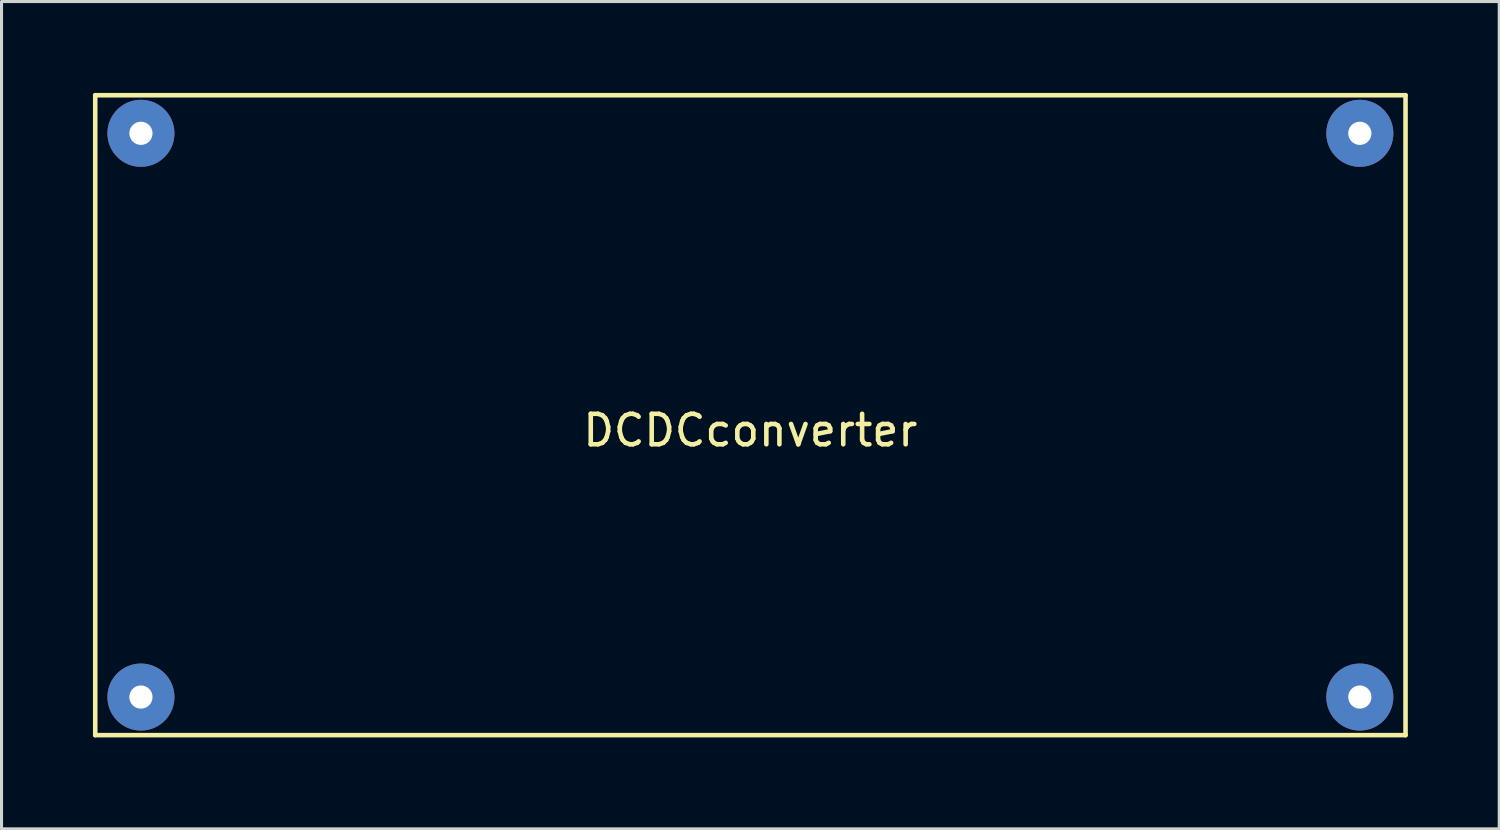
<source format=kicad_pcb>
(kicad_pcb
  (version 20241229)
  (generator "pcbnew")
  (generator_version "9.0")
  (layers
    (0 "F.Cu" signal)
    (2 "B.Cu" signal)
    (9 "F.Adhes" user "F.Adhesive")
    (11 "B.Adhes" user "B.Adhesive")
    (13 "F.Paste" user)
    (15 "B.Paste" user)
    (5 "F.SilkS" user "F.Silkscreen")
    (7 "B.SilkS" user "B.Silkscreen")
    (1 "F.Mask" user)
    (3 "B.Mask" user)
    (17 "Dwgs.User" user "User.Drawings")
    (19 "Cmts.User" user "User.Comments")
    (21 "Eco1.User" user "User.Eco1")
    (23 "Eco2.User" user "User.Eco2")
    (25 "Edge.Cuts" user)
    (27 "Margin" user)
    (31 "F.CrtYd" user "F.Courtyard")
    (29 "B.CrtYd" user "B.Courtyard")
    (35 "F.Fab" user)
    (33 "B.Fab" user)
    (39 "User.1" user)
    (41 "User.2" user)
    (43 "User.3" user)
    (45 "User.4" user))
  (footprint "DCDCconverter"
    (layer "F.Cu")
    (at 21.575 10.575)
    (property "Reference" "DCDCconverter" (at 0 0.5 0) (layer "F.SilkS") (effects (font (size 1 1) (thickness 0.15))))
    (attr through_hole)
    (fp_line (start -21.5 -10.5) (end 21.5 -10.5) (stroke (width 0.15) (type solid)) (layer "F.SilkS"))
    (fp_line (start -21.5 10.5) (end -21.5 -10.5) (stroke (width 0.15) (type solid)) (layer "F.SilkS"))
    (fp_line (start 21.5 -10.5) (end 21.5 10.5) (stroke (width 0.15) (type solid)) (layer "F.SilkS"))
    (fp_line (start 21.5 10.5) (end -21.5 10.5) (stroke (width 0.15) (type solid)) (layer "F.SilkS"))
    (pad "1" thru_hole circle (at -20 -9.25) (size 2.2 2.2) (drill 0.762) (layers "*.Cu" "*.Mask"))
    (pad "2" thru_hole circle (at -20 9.25) (size 2.2 2.2) (drill 0.762) (layers "*.Cu" "*.Mask"))
    (pad "3" thru_hole circle (at 20 -9.25) (size 2.2 2.2) (drill 0.762) (layers "*.Cu" "*.Mask"))
    (pad "4" thru_hole circle (at 20 9.25) (size 2.2 2.2) (drill 0.762) (layers "*.Cu" "*.Mask")))
  (gr_rect
    (start -3 -3)
    (end 46.15 24.15)
    (stroke (width 0.1) (type default))
    (fill no)
    (layer "Edge.Cuts")))
</source>
